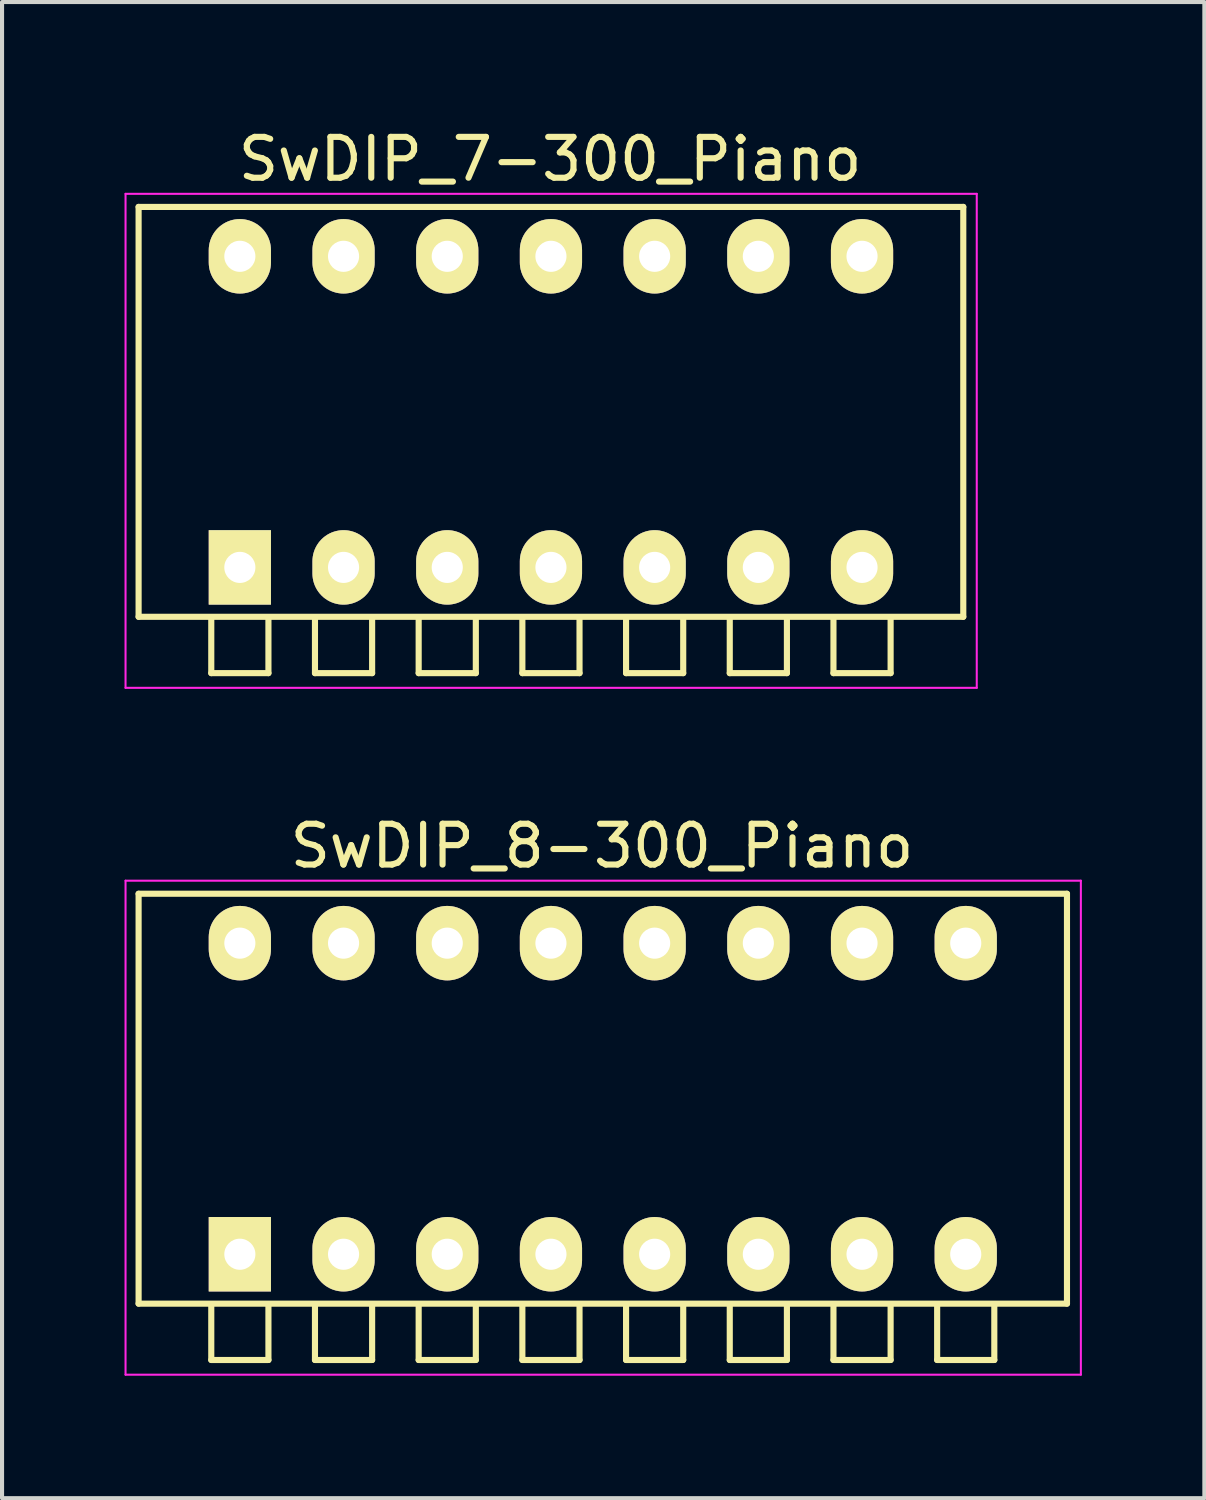
<source format=kicad_pcb>
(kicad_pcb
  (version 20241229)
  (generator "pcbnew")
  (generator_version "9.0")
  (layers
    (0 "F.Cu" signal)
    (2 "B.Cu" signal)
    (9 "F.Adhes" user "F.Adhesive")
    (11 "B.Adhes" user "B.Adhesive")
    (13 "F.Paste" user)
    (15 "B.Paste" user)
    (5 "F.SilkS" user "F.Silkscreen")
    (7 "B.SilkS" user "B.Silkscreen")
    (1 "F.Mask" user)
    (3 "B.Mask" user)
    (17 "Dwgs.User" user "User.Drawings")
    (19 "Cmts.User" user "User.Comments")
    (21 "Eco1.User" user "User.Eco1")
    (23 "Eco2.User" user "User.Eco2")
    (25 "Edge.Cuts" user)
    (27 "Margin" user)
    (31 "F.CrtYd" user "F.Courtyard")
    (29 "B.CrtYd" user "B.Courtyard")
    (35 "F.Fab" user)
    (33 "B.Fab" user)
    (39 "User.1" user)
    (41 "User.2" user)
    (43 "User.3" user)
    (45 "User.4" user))
  (footprint "SwDIP_7-300_Piano"
    (layer "F.Cu")
    (at 2.825 10.848)
    (property "Reference" "SwDIP_7-300_Piano" (at 7.6 -10 0) (layer "F.SilkS") (effects (font (size 1 1) (thickness 0.15))))
    (attr through_hole)
    (fp_line (start -2.48 -8.83) (end 17.72 -8.83) (stroke (width 0.15) (type solid)) (layer "F.SilkS"))
    (fp_line (start -2.48 1.21) (end -2.48 -8.83) (stroke (width 0.15) (type solid)) (layer "F.SilkS"))
    (fp_line (start -0.7 1.22) (end -0.7 2.59) (stroke (width 0.15) (type solid)) (layer "F.SilkS"))
    (fp_line (start -0.7 2.59) (end 0.7 2.59) (stroke (width 0.15) (type solid)) (layer "F.SilkS"))
    (fp_line (start 0.7 2.59) (end 0.7 1.22) (stroke (width 0.15) (type solid)) (layer "F.SilkS"))
    (fp_line (start 1.84 1.22) (end 1.84 2.59) (stroke (width 0.15) (type solid)) (layer "F.SilkS"))
    (fp_line (start 1.84 2.59) (end 3.24 2.59) (stroke (width 0.15) (type solid)) (layer "F.SilkS"))
    (fp_line (start 3.24 2.59) (end 3.24 1.22) (stroke (width 0.15) (type solid)) (layer "F.SilkS"))
    (fp_line (start 4.38 1.22) (end 4.38 2.59) (stroke (width 0.15) (type solid)) (layer "F.SilkS"))
    (fp_line (start 4.38 2.59) (end 5.78 2.59) (stroke (width 0.15) (type solid)) (layer "F.SilkS"))
    (fp_line (start 5.78 2.59) (end 5.78 1.22) (stroke (width 0.15) (type solid)) (layer "F.SilkS"))
    (fp_line (start 6.92 1.22) (end 6.92 2.59) (stroke (width 0.15) (type solid)) (layer "F.SilkS"))
    (fp_line (start 6.92 2.59) (end 8.32 2.59) (stroke (width 0.15) (type solid)) (layer "F.SilkS"))
    (fp_line (start 8.32 2.59) (end 8.32 1.22) (stroke (width 0.15) (type solid)) (layer "F.SilkS"))
    (fp_line (start 9.46 1.22) (end 9.46 2.59) (stroke (width 0.15) (type solid)) (layer "F.SilkS"))
    (fp_line (start 9.46 2.59) (end 10.86 2.59) (stroke (width 0.15) (type solid)) (layer "F.SilkS"))
    (fp_line (start 10.86 2.59) (end 10.86 1.22) (stroke (width 0.15) (type solid)) (layer "F.SilkS"))
    (fp_line (start 12 1.22) (end 12 2.59) (stroke (width 0.15) (type solid)) (layer "F.SilkS"))
    (fp_line (start 12 2.59) (end 13.4 2.59) (stroke (width 0.15) (type solid)) (layer "F.SilkS"))
    (fp_line (start 13.4 2.59) (end 13.4 1.22) (stroke (width 0.15) (type solid)) (layer "F.SilkS"))
    (fp_line (start 14.54 1.22) (end 14.54 2.59) (stroke (width 0.15) (type solid)) (layer "F.SilkS"))
    (fp_line (start 14.54 2.59) (end 15.94 2.59) (stroke (width 0.15) (type solid)) (layer "F.SilkS"))
    (fp_line (start 15.94 2.59) (end 15.94 1.22) (stroke (width 0.15) (type solid)) (layer "F.SilkS"))
    (fp_line (start 17.72 -8.83) (end 17.72 1.21) (stroke (width 0.15) (type solid)) (layer "F.SilkS"))
    (fp_line (start 17.72 1.21) (end -2.48 1.21) (stroke (width 0.15) (type solid)) (layer "F.SilkS"))
    (fp_line (start -2.8 -9.15) (end -2.8 2.95) (stroke (width 0.05) (type solid)) (layer "F.CrtYd"))
    (fp_line (start -2.8 2.95) (end 18.05 2.95) (stroke (width 0.05) (type solid)) (layer "F.CrtYd"))
    (fp_line (start 18.05 -9.15) (end -2.8 -9.15) (stroke (width 0.05) (type solid)) (layer "F.CrtYd"))
    (fp_line (start 18.05 2.95) (end 18.05 -9.15) (stroke (width 0.05) (type solid)) (layer "F.CrtYd"))
    (pad "1" thru_hole rect (at 0 0) (size 1.524 1.824) (drill 0.762) (layers "*.Cu" "*.Mask" "F.SilkS"))
    (pad "2" thru_hole oval (at 2.54 0) (size 1.524 1.824) (drill 0.762) (layers "*.Cu" "*.Mask" "F.SilkS"))
    (pad "3" thru_hole oval (at 5.08 0) (size 1.524 1.824) (drill 0.762) (layers "*.Cu" "*.Mask" "F.SilkS"))
    (pad "4" thru_hole oval (at 7.62 0) (size 1.524 1.824) (drill 0.762) (layers "*.Cu" "*.Mask" "F.SilkS"))
    (pad "5" thru_hole oval (at 10.16 0) (size 1.524 1.824) (drill 0.762) (layers "*.Cu" "*.Mask" "F.SilkS"))
    (pad "6" thru_hole oval (at 12.7 0) (size 1.524 1.824) (drill 0.762) (layers "*.Cu" "*.Mask" "F.SilkS"))
    (pad "7" thru_hole oval (at 15.24 0) (size 1.524 1.824) (drill 0.762) (layers "*.Cu" "*.Mask" "F.SilkS"))
    (pad "8" thru_hole oval (at 15.24 -7.62) (size 1.524 1.824) (drill 0.762) (layers "*.Cu" "*.Mask" "F.SilkS"))
    (pad "9" thru_hole oval (at 12.7 -7.62) (size 1.524 1.824) (drill 0.762) (layers "*.Cu" "*.Mask" "F.SilkS"))
    (pad "10" thru_hole oval (at 10.16 -7.62) (size 1.524 1.824) (drill 0.762) (layers "*.Cu" "*.Mask" "F.SilkS"))
    (pad "11" thru_hole oval (at 7.62 -7.62) (size 1.524 1.824) (drill 0.762) (layers "*.Cu" "*.Mask" "F.SilkS"))
    (pad "12" thru_hole oval (at 5.08 -7.62) (size 1.524 1.824) (drill 0.762) (layers "*.Cu" "*.Mask" "F.SilkS"))
    (pad "13" thru_hole oval (at 2.54 -7.62) (size 1.524 1.824) (drill 0.762) (layers "*.Cu" "*.Mask" "F.SilkS"))
    (pad "14" thru_hole oval (at 0 -7.62) (size 1.524 1.824) (drill 0.762) (layers "*.Cu" "*.Mask" "F.SilkS")))
  (footprint "SwDIP_8-300_Piano"
    (layer "F.Cu")
    (at 2.825 27.672)
    (property "Reference" "SwDIP_8-300_Piano" (at 8.87 -10 0) (layer "F.SilkS") (effects (font (size 1 1) (thickness 0.15))))
    (attr through_hole)
    (fp_line (start -2.48 -8.83) (end 20.26 -8.83) (stroke (width 0.15) (type solid)) (layer "F.SilkS"))
    (fp_line (start -2.48 1.21) (end -2.48 -8.83) (stroke (width 0.15) (type solid)) (layer "F.SilkS"))
    (fp_line (start -0.7 1.22) (end -0.7 2.59) (stroke (width 0.15) (type solid)) (layer "F.SilkS"))
    (fp_line (start -0.7 2.59) (end 0.7 2.59) (stroke (width 0.15) (type solid)) (layer "F.SilkS"))
    (fp_line (start 0.7 2.59) (end 0.7 1.22) (stroke (width 0.15) (type solid)) (layer "F.SilkS"))
    (fp_line (start 1.84 1.22) (end 1.84 2.59) (stroke (width 0.15) (type solid)) (layer "F.SilkS"))
    (fp_line (start 1.84 2.59) (end 3.24 2.59) (stroke (width 0.15) (type solid)) (layer "F.SilkS"))
    (fp_line (start 3.24 2.59) (end 3.24 1.22) (stroke (width 0.15) (type solid)) (layer "F.SilkS"))
    (fp_line (start 4.38 1.22) (end 4.38 2.59) (stroke (width 0.15) (type solid)) (layer "F.SilkS"))
    (fp_line (start 4.38 2.59) (end 5.78 2.59) (stroke (width 0.15) (type solid)) (layer "F.SilkS"))
    (fp_line (start 5.78 2.59) (end 5.78 1.22) (stroke (width 0.15) (type solid)) (layer "F.SilkS"))
    (fp_line (start 6.92 1.22) (end 6.92 2.59) (stroke (width 0.15) (type solid)) (layer "F.SilkS"))
    (fp_line (start 6.92 2.59) (end 8.32 2.59) (stroke (width 0.15) (type solid)) (layer "F.SilkS"))
    (fp_line (start 8.32 2.59) (end 8.32 1.22) (stroke (width 0.15) (type solid)) (layer "F.SilkS"))
    (fp_line (start 9.46 1.22) (end 9.46 2.59) (stroke (width 0.15) (type solid)) (layer "F.SilkS"))
    (fp_line (start 9.46 2.59) (end 10.86 2.59) (stroke (width 0.15) (type solid)) (layer "F.SilkS"))
    (fp_line (start 10.86 2.59) (end 10.86 1.22) (stroke (width 0.15) (type solid)) (layer "F.SilkS"))
    (fp_line (start 12 1.22) (end 12 2.59) (stroke (width 0.15) (type solid)) (layer "F.SilkS"))
    (fp_line (start 12 2.59) (end 13.4 2.59) (stroke (width 0.15) (type solid)) (layer "F.SilkS"))
    (fp_line (start 13.4 2.59) (end 13.4 1.22) (stroke (width 0.15) (type solid)) (layer "F.SilkS"))
    (fp_line (start 14.54 1.22) (end 14.54 2.59) (stroke (width 0.15) (type solid)) (layer "F.SilkS"))
    (fp_line (start 14.54 2.59) (end 15.94 2.59) (stroke (width 0.15) (type solid)) (layer "F.SilkS"))
    (fp_line (start 15.94 2.59) (end 15.94 1.22) (stroke (width 0.15) (type solid)) (layer "F.SilkS"))
    (fp_line (start 17.08 1.22) (end 17.08 2.59) (stroke (width 0.15) (type solid)) (layer "F.SilkS"))
    (fp_line (start 17.08 2.59) (end 18.48 2.59) (stroke (width 0.15) (type solid)) (layer "F.SilkS"))
    (fp_line (start 18.48 2.59) (end 18.48 1.22) (stroke (width 0.15) (type solid)) (layer "F.SilkS"))
    (fp_line (start 20.26 -8.83) (end 20.26 1.21) (stroke (width 0.15) (type solid)) (layer "F.SilkS"))
    (fp_line (start 20.26 1.21) (end -2.48 1.21) (stroke (width 0.15) (type solid)) (layer "F.SilkS"))
    (fp_line (start -2.8 -9.15) (end -2.8 2.95) (stroke (width 0.05) (type solid)) (layer "F.CrtYd"))
    (fp_line (start -2.8 2.95) (end 20.6 2.95) (stroke (width 0.05) (type solid)) (layer "F.CrtYd"))
    (fp_line (start 20.6 -9.15) (end -2.8 -9.15) (stroke (width 0.05) (type solid)) (layer "F.CrtYd"))
    (fp_line (start 20.6 2.95) (end 20.6 -9.15) (stroke (width 0.05) (type solid)) (layer "F.CrtYd"))
    (pad "1" thru_hole rect (at 0 0) (size 1.524 1.824) (drill 0.762) (layers "*.Cu" "*.Mask" "F.SilkS"))
    (pad "2" thru_hole oval (at 2.54 0) (size 1.524 1.824) (drill 0.762) (layers "*.Cu" "*.Mask" "F.SilkS"))
    (pad "3" thru_hole oval (at 5.08 0) (size 1.524 1.824) (drill 0.762) (layers "*.Cu" "*.Mask" "F.SilkS"))
    (pad "4" thru_hole oval (at 7.62 0) (size 1.524 1.824) (drill 0.762) (layers "*.Cu" "*.Mask" "F.SilkS"))
    (pad "5" thru_hole oval (at 10.16 0) (size 1.524 1.824) (drill 0.762) (layers "*.Cu" "*.Mask" "F.SilkS"))
    (pad "6" thru_hole oval (at 12.7 0) (size 1.524 1.824) (drill 0.762) (layers "*.Cu" "*.Mask" "F.SilkS"))
    (pad "7" thru_hole oval (at 15.24 0) (size 1.524 1.824) (drill 0.762) (layers "*.Cu" "*.Mask" "F.SilkS"))
    (pad "8" thru_hole oval (at 17.78 0) (size 1.524 1.824) (drill 0.762) (layers "*.Cu" "*.Mask" "F.SilkS"))
    (pad "9" thru_hole oval (at 17.78 -7.62) (size 1.524 1.824) (drill 0.762) (layers "*.Cu" "*.Mask" "F.SilkS"))
    (pad "10" thru_hole oval (at 15.24 -7.62) (size 1.524 1.824) (drill 0.762) (layers "*.Cu" "*.Mask" "F.SilkS"))
    (pad "11" thru_hole oval (at 12.7 -7.62) (size 1.524 1.824) (drill 0.762) (layers "*.Cu" "*.Mask" "F.SilkS"))
    (pad "12" thru_hole oval (at 10.16 -7.62) (size 1.524 1.824) (drill 0.762) (layers "*.Cu" "*.Mask" "F.SilkS"))
    (pad "13" thru_hole oval (at 7.62 -7.62) (size 1.524 1.824) (drill 0.762) (layers "*.Cu" "*.Mask" "F.SilkS"))
    (pad "14" thru_hole oval (at 5.08 -7.62) (size 1.524 1.824) (drill 0.762) (layers "*.Cu" "*.Mask" "F.SilkS"))
    (pad "15" thru_hole oval (at 2.54 -7.62) (size 1.524 1.824) (drill 0.762) (layers "*.Cu" "*.Mask" "F.SilkS"))
    (pad "16" thru_hole oval (at 0 -7.62) (size 1.524 1.824) (drill 0.762) (layers "*.Cu" "*.Mask" "F.SilkS")))
  (gr_rect
    (start -3 -3)
    (end 26.45 33.647)
    (stroke (width 0.1) (type default))
    (fill no)
    (layer "Edge.Cuts")))
</source>
